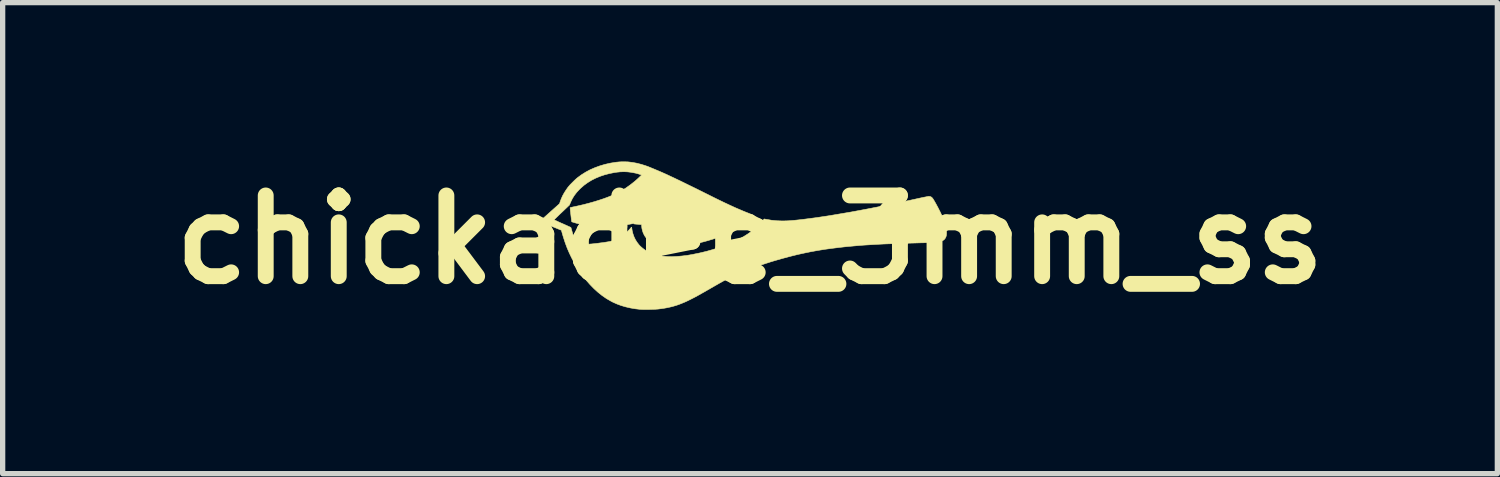
<source format=kicad_pcb>
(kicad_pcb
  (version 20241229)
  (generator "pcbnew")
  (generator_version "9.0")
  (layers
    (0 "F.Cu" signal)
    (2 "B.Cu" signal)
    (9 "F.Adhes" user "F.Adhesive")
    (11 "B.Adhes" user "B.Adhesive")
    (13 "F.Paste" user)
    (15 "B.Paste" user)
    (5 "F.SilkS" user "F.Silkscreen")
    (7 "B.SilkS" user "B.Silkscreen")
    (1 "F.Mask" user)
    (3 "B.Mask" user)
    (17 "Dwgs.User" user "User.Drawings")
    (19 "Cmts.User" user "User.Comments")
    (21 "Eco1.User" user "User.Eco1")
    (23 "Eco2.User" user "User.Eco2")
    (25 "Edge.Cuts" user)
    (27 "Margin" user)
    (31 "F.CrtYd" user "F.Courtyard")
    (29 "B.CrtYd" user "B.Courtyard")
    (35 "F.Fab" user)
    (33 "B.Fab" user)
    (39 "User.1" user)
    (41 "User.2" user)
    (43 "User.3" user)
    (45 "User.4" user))
  (footprint "chickadee_3mm_ss"
    (layer "F.Cu")
    (at 11.111 1.475)
    (property "Reference" "chickadee_3mm_ss" (at 0 0 0) (layer "F.SilkS") (effects (font (size 1.524 1.524) (thickness 0.3))))
    (attr through_hole)
    (fp_poly (pts (xy -2.355 -1.47) (xy -2.322 -1.469) (xy -2.298 -1.468) (xy -2.218 -1.458) (xy -2.136 -1.443) (xy -2.054 -1.422) (xy -1.974 -1.397) (xy -1.926 -1.38) (xy -1.884 -1.363) (xy -1.841 -1.345) (xy -1.799 -1.328) (xy -1.757 -1.31) (xy -1.714 -1.292) (xy -1.67 -1.273) (xy -1.625 -1.253) (xy -1.578 -1.232) (xy -1.529 -1.209) (xy -1.478 -1.185) (xy -1.424 -1.16) (xy -1.366 -1.132) (xy -1.305 -1.103) (xy -1.24 -1.071) (xy -1.171 -1.037) (xy -1.097 -1.001) (xy -1.017 -0.962) (xy -0.933 -0.92) (xy -0.842 -0.875) (xy -0.838 -0.873) (xy -0.758 -0.833) (xy -0.684 -0.796) (xy -0.615 -0.762) (xy -0.551 -0.731) (xy -0.491 -0.702) (xy -0.435 -0.676) (xy -0.382 -0.651) (xy -0.332 -0.628) (xy -0.284 -0.606) (xy -0.238 -0.586) (xy -0.193 -0.567) (xy -0.149 -0.548) (xy -0.105 -0.53) (xy -0.061 -0.512) (xy -0.019 -0.496) (xy 0.004 -0.486) (xy 0.026 -0.478) (xy 0.045 -0.471) (xy 0.059 -0.465) (xy 0.07 -0.46) (xy 0.074 -0.458) (xy 0.075 -0.456) (xy 0.073 -0.451) (xy 0.066 -0.444) (xy 0.056 -0.432) (xy 0.046 -0.422) (xy -0.011 -0.367) (xy -0.075 -0.315) (xy -0.145 -0.265) (xy -0.222 -0.217) (xy -0.304 -0.172) (xy -0.393 -0.128) (xy -0.486 -0.087) (xy -0.586 -0.049) (xy -0.69 -0.014) (xy -0.799 0.019) (xy -0.891 0.044) (xy -0.998 0.069) (xy -1.1 0.09) (xy -1.197 0.107) (xy -1.288 0.12) (xy -1.374 0.128) (xy -1.455 0.132) (xy -1.531 0.132) (xy -1.601 0.127) (xy -1.667 0.118) (xy -1.727 0.104) (xy -1.783 0.087) (xy -1.834 0.064) (xy -1.88 0.038) (xy -1.885 0.035) (xy -1.903 0.021) (xy -1.924 0.003) (xy -1.945 -0.017) (xy -1.963 -0.037) (xy -1.978 -0.055) (xy -1.978 -0.055) (xy -1.999 -0.09) (xy -2.018 -0.13) (xy -2.032 -0.173) (xy -2.042 -0.216) (xy -2.045 -0.249) (xy -2.048 -0.284) (xy -2.113 -0.29) (xy -2.134 -0.292) (xy -2.154 -0.293) (xy -2.17 -0.295) (xy -2.181 -0.296) (xy -2.187 -0.296) (xy -2.193 -0.297) (xy -2.192 -0.3) (xy -2.19 -0.302) (xy -2.188 -0.306) (xy -2.19 -0.307) (xy -2.197 -0.306) (xy -2.198 -0.306) (xy -2.227 -0.3) (xy -2.261 -0.294) (xy -2.298 -0.287) (xy -2.337 -0.28) (xy -2.375 -0.274) (xy -2.412 -0.268) (xy -2.444 -0.263) (xy -2.447 -0.263) (xy -2.527 -0.252) (xy -2.602 -0.244) (xy -2.672 -0.238) (xy -2.738 -0.234) (xy -2.802 -0.233) (xy -2.863 -0.235) (xy -2.924 -0.239) (xy -2.984 -0.246) (xy -3.046 -0.256) (xy -3.109 -0.268) (xy -3.171 -0.282) (xy -3.191 -0.287) (xy -3.214 -0.293) (xy -3.238 -0.3) (xy -3.263 -0.307) (xy -3.287 -0.313) (xy -3.31 -0.32) (xy -3.33 -0.326) (xy -3.347 -0.331) (xy -3.359 -0.335) (xy -3.366 -0.338) (xy -3.366 -0.338) (xy -3.367 -0.342) (xy -3.369 -0.352) (xy -3.371 -0.367) (xy -3.373 -0.386) (xy -3.376 -0.408) (xy -3.379 -0.433) (xy -3.382 -0.459) (xy -3.385 -0.486) (xy -3.388 -0.512) (xy -3.391 -0.536) (xy -3.393 -0.558) (xy -3.395 -0.577) (xy -3.396 -0.592) (xy -3.397 -0.601) (xy -3.397 -0.603) (xy -3.394 -0.605) (xy -3.385 -0.608) (xy -3.372 -0.611) (xy -3.359 -0.614) (xy -3.247 -0.638) (xy -3.139 -0.663) (xy -3.036 -0.69) (xy -2.937 -0.718) (xy -2.844 -0.747) (xy -2.757 -0.776) (xy -2.676 -0.806) (xy -2.615 -0.831) (xy -2.519 -0.876) (xy -2.427 -0.924) (xy -2.34 -0.978) (xy -2.256 -1.038) (xy -2.174 -1.103) (xy -2.158 -1.117) (xy -2.14 -1.133) (xy -2.122 -1.149) (xy -2.105 -1.165) (xy -2.088 -1.181) (xy -2.074 -1.195) (xy -2.062 -1.206) (xy -2.054 -1.215) (xy -2.05 -1.22) (xy -2.05 -1.221) (xy -2.053 -1.223) (xy -2.062 -1.227) (xy -2.076 -1.232) (xy -2.093 -1.237) (xy -2.113 -1.243) (xy -2.134 -1.249) (xy -2.156 -1.255) (xy -2.176 -1.259) (xy -2.245 -1.272) (xy -2.312 -1.28) (xy -2.378 -1.283) (xy -2.445 -1.281) (xy -2.515 -1.274) (xy -2.556 -1.268) (xy -2.652 -1.249) (xy -2.744 -1.225) (xy -2.831 -1.196) (xy -2.913 -1.162) (xy -2.991 -1.123) (xy -3.064 -1.078) (xy -3.132 -1.029) (xy -3.195 -0.974) (xy -3.221 -0.949) (xy -3.272 -0.894) (xy -3.316 -0.837) (xy -3.353 -0.778) (xy -3.383 -0.717) (xy -3.397 -0.684) (xy -3.409 -0.654) (xy -3.555 -0.515) (xy -3.582 -0.49) (xy -3.607 -0.466) (xy -3.63 -0.443) (xy -3.65 -0.424) (xy -3.668 -0.406) (xy -3.682 -0.393) (xy -3.692 -0.382) (xy -3.697 -0.376) (xy -3.699 -0.374) (xy -3.695 -0.372) (xy -3.686 -0.368) (xy -3.671 -0.361) (xy -3.652 -0.353) (xy -3.629 -0.342) (xy -3.603 -0.33) (xy -3.574 -0.317) (xy -3.543 -0.303) (xy -3.539 -0.302) (xy -3.382 -0.231) (xy -3.362 -0.161) (xy -3.348 -0.112) (xy -3.334 -0.068) (xy -3.32 -0.024) (xy -3.304 0.022) (xy -3.298 0.036) (xy -3.292 0.054) (xy -3.286 0.067) (xy -3.282 0.075) (xy -3.278 0.08) (xy -3.274 0.082) (xy -3.268 0.083) (xy -3.255 0.084) (xy -3.237 0.085) (xy -3.216 0.086) (xy -3.191 0.086) (xy -3.164 0.086) (xy -3.135 0.086) (xy -3.107 0.086) (xy -3.079 0.085) (xy -3.053 0.085) (xy -3.03 0.084) (xy -3.011 0.082) (xy -3.004 0.082) (xy -2.961 0.078) (xy -2.918 0.073) (xy -2.873 0.068) (xy -2.83 0.062) (xy -2.787 0.057) (xy -2.747 0.051) (xy -2.71 0.045) (xy -2.677 0.04) (xy -2.649 0.035) (xy -2.626 0.03) (xy -2.619 0.028) (xy -2.563 0.01) (xy -2.507 -0.014) (xy -2.451 -0.045) (xy -2.397 -0.082) (xy -2.346 -0.124) (xy -2.297 -0.171) (xy -2.261 -0.211) (xy -2.25 -0.224) (xy -2.242 -0.232) (xy -2.238 -0.236) (xy -2.235 -0.236) (xy -2.234 -0.234) (xy -2.234 -0.231) (xy -2.225 -0.169) (xy -2.21 -0.109) (xy -2.189 -0.051) (xy -2.162 0.004) (xy -2.129 0.055) (xy -2.092 0.102) (xy -2.071 0.124) (xy -2.024 0.165) (xy -1.972 0.202) (xy -1.916 0.234) (xy -1.854 0.261) (xy -1.788 0.283) (xy -1.717 0.3) (xy -1.641 0.312) (xy -1.561 0.319) (xy -1.475 0.321) (xy -1.385 0.317) (xy -1.289 0.309) (xy -1.189 0.297) (xy -1.083 0.279) (xy -1.081 0.278) (xy -0.948 0.251) (xy -0.819 0.22) (xy -0.696 0.185) (xy -0.577 0.147) (xy -0.464 0.106) (xy -0.357 0.062) (xy -0.255 0.014) (xy -0.16 -0.036) (xy -0.113 -0.063) (xy -0.042 -0.108) (xy 0.024 -0.154) (xy 0.084 -0.201) (xy 0.138 -0.249) (xy 0.189 -0.299) (xy 0.236 -0.352) (xy 0.259 -0.382) (xy 0.266 -0.391) (xy 0.3 -0.385) (xy 0.405 -0.367) (xy 0.509 -0.357) (xy 0.614 -0.353) (xy 0.719 -0.356) (xy 0.744 -0.358) (xy 0.834 -0.365) (xy 0.93 -0.375) (xy 1.032 -0.387) (xy 1.14 -0.401) (xy 1.254 -0.416) (xy 1.374 -0.434) (xy 1.5 -0.453) (xy 1.631 -0.475) (xy 1.766 -0.498) (xy 1.907 -0.522) (xy 2.053 -0.549) (xy 2.203 -0.577) (xy 2.357 -0.607) (xy 2.515 -0.638) (xy 2.677 -0.672) (xy 2.843 -0.706) (xy 3.013 -0.742) (xy 3.177 -0.778) (xy 3.213 -0.786) (xy 3.246 -0.793) (xy 3.278 -0.8) (xy 3.306 -0.805) (xy 3.331 -0.81) (xy 3.351 -0.814) (xy 3.366 -0.817) (xy 3.375 -0.818) (xy 3.376 -0.818) (xy 3.401 -0.815) (xy 3.423 -0.805) (xy 3.442 -0.788) (xy 3.455 -0.771) (xy 3.471 -0.745) (xy 3.489 -0.714) (xy 3.509 -0.679) (xy 3.53 -0.64) (xy 3.552 -0.599) (xy 3.573 -0.557) (xy 3.581 -0.542) (xy 3.611 -0.48) (xy 3.636 -0.423) (xy 3.658 -0.371) (xy 3.675 -0.323) (xy 3.689 -0.279) (xy 3.7 -0.238) (xy 3.707 -0.199) (xy 3.71 -0.163) (xy 3.711 -0.139) (xy 3.71 -0.104) (xy 3.706 -0.075) (xy 3.698 -0.05) (xy 3.688 -0.03) (xy 3.675 -0.012) (xy 3.661 0.003) (xy 3.643 0.014) (xy 3.641 0.016) (xy 3.63 0.021) (xy 3.619 0.025) (xy 3.606 0.029) (xy 3.592 0.033) (xy 3.575 0.037) (xy 3.556 0.04) (xy 3.534 0.043) (xy 3.509 0.046) (xy 3.48 0.048) (xy 3.447 0.05) (xy 3.41 0.053) (xy 3.369 0.055) (xy 3.322 0.057) (xy 3.27 0.059) (xy 3.212 0.06) (xy 3.148 0.062) (xy 3.077 0.064) (xy 3.039 0.065) (xy 2.92 0.069) (xy 2.806 0.072) (xy 2.699 0.076) (xy 2.598 0.079) (xy 2.501 0.083) (xy 2.408 0.088) (xy 2.32 0.093) (xy 2.235 0.098) (xy 2.152 0.103) (xy 2.072 0.109) (xy 1.993 0.116) (xy 1.916 0.123) (xy 1.839 0.13) (xy 1.763 0.138) (xy 1.685 0.147) (xy 1.685 0.147) (xy 1.547 0.164) (xy 1.414 0.182) (xy 1.284 0.203) (xy 1.156 0.226) (xy 1.029 0.252) (xy 0.901 0.28) (xy 0.772 0.312) (xy 0.64 0.347) (xy 0.505 0.385) (xy 0.434 0.406) (xy 0.407 0.414) (xy 0.375 0.424) (xy 0.339 0.436) (xy 0.3 0.448) (xy 0.259 0.462) (xy 0.217 0.476) (xy 0.173 0.49) (xy 0.131 0.504) (xy 0.089 0.519) (xy 0.049 0.532) (xy 0.012 0.545) (xy -0.022 0.556) (xy -0.051 0.567) (xy -0.074 0.575) (xy -0.088 0.58) (xy -0.134 0.599) (xy -0.181 0.618) (xy -0.229 0.64) (xy -0.278 0.663) (xy -0.33 0.689) (xy -0.385 0.717) (xy -0.443 0.748) (xy -0.505 0.782) (xy -0.572 0.819) (xy -0.631 0.853) (xy -0.663 0.871) (xy -0.699 0.892) (xy -0.736 0.913) (xy -0.773 0.935) (xy -0.809 0.955) (xy -0.84 0.973) (xy -0.843 0.975) (xy -0.918 1.017) (xy -0.987 1.056) (xy -1.052 1.091) (xy -1.113 1.122) (xy -1.171 1.151) (xy -1.225 1.176) (xy -1.278 1.198) (xy -1.328 1.218) (xy -1.378 1.236) (xy -1.427 1.251) (xy -1.476 1.265) (xy -1.525 1.276) (xy -1.576 1.287) (xy -1.629 1.296) (xy -1.683 1.304) (xy -1.741 1.311) (xy -1.743 1.311) (xy -1.761 1.312) (xy -1.786 1.314) (xy -1.814 1.315) (xy -1.846 1.316) (xy -1.881 1.317) (xy -1.916 1.318) (xy -1.95 1.318) (xy -1.984 1.318) (xy -2.014 1.318) (xy -2.041 1.317) (xy -2.062 1.316) (xy -2.073 1.316) (xy -2.169 1.305) (xy -2.261 1.289) (xy -2.351 1.268) (xy -2.436 1.243) (xy -2.516 1.213) (xy -2.592 1.179) (xy -2.626 1.161) (xy -2.711 1.112) (xy -2.792 1.056) (xy -2.871 0.993) (xy -2.947 0.924) (xy -3.021 0.848) (xy -3.093 0.766) (xy -3.161 0.677) (xy -3.228 0.582) (xy -3.292 0.48) (xy -3.316 0.439) (xy -3.366 0.348) (xy -3.411 0.255) (xy -3.452 0.16) (xy -3.489 0.061) (xy -3.523 -0.043) (xy -3.544 -0.113) (xy -3.562 -0.178) (xy -3.687 -0.229) (xy -3.719 -0.242) (xy -3.753 -0.256) (xy -3.788 -0.27) (xy -3.821 -0.283) (xy -3.851 -0.295) (xy -3.878 -0.306) (xy -3.892 -0.312) (xy -3.972 -0.344) (xy -3.597 -0.679) (xy -3.582 -0.725) (xy -3.562 -0.777) (xy -3.537 -0.832) (xy -3.507 -0.886) (xy -3.473 -0.939) (xy -3.437 -0.99) (xy -3.43 -0.998) (xy -3.415 -1.016) (xy -3.396 -1.038) (xy -3.373 -1.061) (xy -3.349 -1.085) (xy -3.325 -1.109) (xy -3.301 -1.132) (xy -3.28 -1.151) (xy -3.261 -1.167) (xy -3.26 -1.168) (xy -3.184 -1.224) (xy -3.103 -1.275) (xy -3.019 -1.32) (xy -2.929 -1.359) (xy -2.836 -1.393) (xy -2.738 -1.422) (xy -2.636 -1.445) (xy -2.53 -1.462) (xy -2.529 -1.462) (xy -2.5 -1.465) (xy -2.466 -1.468) (xy -2.43 -1.47) (xy -2.392 -1.47) (xy -2.355 -1.47)) (stroke (width 0.01) (type solid)) (fill yes) (layer "F.SilkS")))
  (gr_rect
    (start -3 -3)
    (end 25.221 5.893)
    (stroke (width 0.1) (type default))
    (fill no)
    (layer "Edge.Cuts")))
</source>
